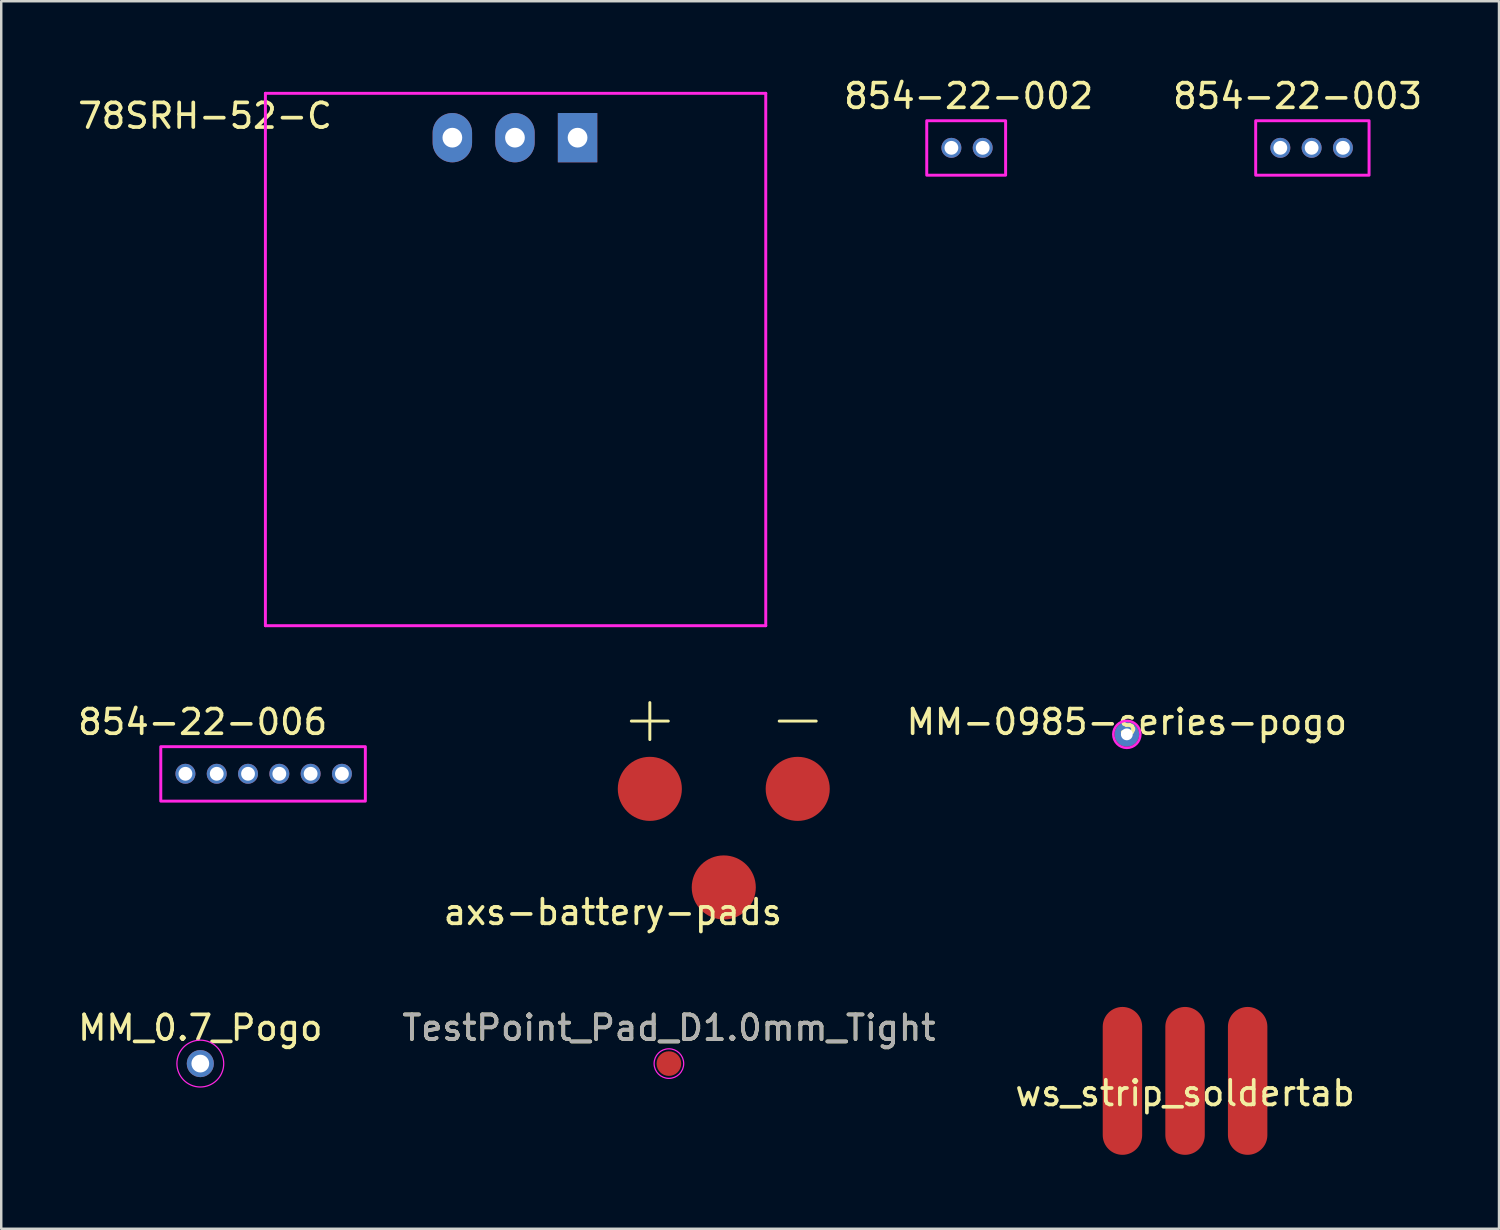
<source format=kicad_pcb>
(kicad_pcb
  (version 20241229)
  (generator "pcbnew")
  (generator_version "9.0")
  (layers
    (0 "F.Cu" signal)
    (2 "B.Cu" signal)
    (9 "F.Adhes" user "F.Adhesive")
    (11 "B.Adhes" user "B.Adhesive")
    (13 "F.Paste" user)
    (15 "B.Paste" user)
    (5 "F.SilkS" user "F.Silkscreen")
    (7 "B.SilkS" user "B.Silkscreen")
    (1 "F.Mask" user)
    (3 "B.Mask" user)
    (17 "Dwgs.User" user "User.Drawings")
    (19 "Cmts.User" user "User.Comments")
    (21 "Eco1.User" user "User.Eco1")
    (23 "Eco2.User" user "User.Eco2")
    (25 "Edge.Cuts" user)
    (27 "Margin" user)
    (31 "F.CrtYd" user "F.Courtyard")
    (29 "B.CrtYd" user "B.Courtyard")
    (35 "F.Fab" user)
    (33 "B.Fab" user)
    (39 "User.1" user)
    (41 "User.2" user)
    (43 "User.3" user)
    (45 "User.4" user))
  (footprint "axs-battery-pads"
    (layer "F.Cu")
    (at 26.315 32.956)
    (property "Reference" "axs-battery-pads" (at -4.5 1 0) (unlocked yes) (layer "F.SilkS") (effects (font (size 1 1) (thickness 0.15))))
    (attr smd)
    (fp_line (start -3.75 -6.75) (end -2.25 -6.75) (stroke (width 0.12) (type solid)) (layer "F.SilkS"))
    (fp_line (start -3 -7.5) (end -3 -6) (stroke (width 0.12) (type solid)) (layer "F.SilkS"))
    (fp_line (start 2.25 -6.75) (end 3.75 -6.75) (stroke (width 0.12) (type solid)) (layer "F.SilkS"))
    (pad "1" smd circle (at -3 -4) (size 2.6 2.6) (layers "F.Cu" "F.Mask"))
    (pad "2" smd circle (at 3 -4) (size 2.6 2.6) (layers "F.Cu" "F.Mask"))
    (pad "3" smd circle (at 0 0) (size 2.6 2.6) (layers "F.Cu" "F.Mask")))
  (footprint "854-22-002"
    (layer "F.Cu")
    (at 35.55 2.948)
    (property "Reference" "854-22-002" (at 0.7 -2.1 0) (unlocked yes) (layer "F.SilkS") (effects (font (size 1 1) (thickness 0.15))))
    (attr through_hole)
    (fp_rect (start -1 -1.1) (end 2.2 1.11) (stroke (width 0.12) (type solid)) (fill no) (layer "F.CrtYd"))
    (pad "1" thru_hole circle (at 0 0) (size 0.81 0.81) (drill 0.56) (layers "*.Cu" "*.Mask"))
    (pad "2" thru_hole circle (at 1.27 0) (size 0.81 0.81) (drill 0.56) (layers "*.Cu" "*.Mask")))
  (footprint "TestPoint_Pad_D1.0mm_Tight"
    (layer "F.Cu")
    (at 24.089 40.102)
    (property "Reference" "TestPoint_Pad_D1.0mm_Tight" (at 0 -1.448 0) (layer "F.SilkS") (effects (font (size 1 1) (thickness 0.15))))
    (attr exclude_from_pos_files exclude_from_bom)
    (fp_line (start -0.6 0) (end 0 0) (stroke (width 0.12) (type solid)) (layer "Eco2.User"))
    (fp_line (start 0 0) (end -0.6 0) (stroke (width 0.12) (type solid)) (layer "Eco2.User"))
    (fp_line (start 0 0) (end 0 -0.6) (stroke (width 0.12) (type solid)) (layer "Eco2.User"))
    (fp_line (start 0 0) (end 0 0.6) (stroke (width 0.12) (type solid)) (layer "Eco2.User"))
    (fp_line (start 0 0) (end 0.6 0) (stroke (width 0.12) (type solid)) (layer "Eco2.User"))
    (fp_circle (center 0 0) (end 0.6 0) (stroke (width 0.05) (type solid)) (fill no) (layer "F.CrtYd"))
    (fp_text user "${REFERENCE}" (at 1.8 0 0) (layer "Eco2.User") (effects (font (size 0.5 0.5) (thickness 0.08))))
    (fp_text user "${REFERENCE}" (at 0 -1.45 0) (layer "F.Fab") (effects (font (size 1 1) (thickness 0.15))))
    (pad "1" smd circle (at 0 0) (size 1 1) (layers "F.Cu" "F.Mask")))
  (footprint "854-22-006"
    (layer "F.Cu")
    (at 4.473 28.344)
    (property "Reference" "854-22-006" (at 0.7 -2.1 0) (unlocked yes) (layer "F.SilkS") (effects (font (size 1 1) (thickness 0.15))))
    (attr through_hole)
    (fp_rect (start -1 -1.1) (end 7.3 1.11) (stroke (width 0.12) (type solid)) (fill no) (layer "F.CrtYd"))
    (pad "1" thru_hole circle (at 0 0) (size 0.81 0.81) (drill 0.56) (layers "*.Cu" "*.Mask"))
    (pad "2" thru_hole circle (at 1.27 0) (size 0.81 0.81) (drill 0.56) (layers "*.Cu" "*.Mask"))
    (pad "3" thru_hole circle (at 2.54 0) (size 0.81 0.81) (drill 0.56) (layers "*.Cu" "*.Mask"))
    (pad "4" thru_hole circle (at 3.81 0) (size 0.81 0.81) (drill 0.56) (layers "*.Cu" "*.Mask"))
    (pad "5" thru_hole circle (at 5.08 0) (size 0.81 0.81) (drill 0.56) (layers "*.Cu" "*.Mask"))
    (pad "6" thru_hole circle (at 6.35 0) (size 0.81 0.81) (drill 0.56) (layers "*.Cu" "*.Mask")))
  (footprint "78SRH-52-C"
    (layer "F.Cu")
    (at 17.868 0.25)
    (property "Reference" "78SRH-52-C" (at -12.6 1.4 180) (layer "F.SilkS") (effects (font (size 1 1) (thickness 0.15))))
    (attr through_hole)
    (fp_line (start -10.15 0.486) (end -10.15 22.086) (stroke (width 0.12) (type solid)) (layer "F.CrtYd"))
    (fp_line (start -10.15 0.486) (end 10.15 0.486) (stroke (width 0.12) (type solid)) (layer "F.CrtYd"))
    (fp_line (start -10.15 22.086) (end 10.15 22.086) (stroke (width 0.12) (type solid)) (layer "F.CrtYd"))
    (fp_line (start 10.15 0.486) (end 10.15 22.086) (stroke (width 0.12) (type solid)) (layer "F.CrtYd"))
    (pad "1" thru_hole rect (at 2.515 2.286) (size 1.6 2) (drill 0.8) (layers "*.Cu" "*.Mask"))
    (pad "2" thru_hole oval (at -0.025 2.286) (size 1.6 2) (drill 0.8) (layers "*.Cu" "*.Mask"))
    (pad "3" thru_hole oval (at -2.565 2.286) (size 1.6 2) (drill 0.8) (layers "*.Cu" "*.Mask")))
  (footprint "854-22-003"
    (layer "F.Cu")
    (at 48.896 2.948)
    (property "Reference" "854-22-003" (at 0.7 -2.1 0) (unlocked yes) (layer "F.SilkS") (effects (font (size 1 1) (thickness 0.15))))
    (attr through_hole)
    (fp_rect (start -1 -1.1) (end 3.6 1.11) (stroke (width 0.12) (type solid)) (fill no) (layer "F.CrtYd"))
    (pad "1" thru_hole circle (at 0 0) (size 0.81 0.81) (drill 0.56) (layers "*.Cu" "*.Mask"))
    (pad "2" thru_hole circle (at 1.27 0) (size 0.81 0.81) (drill 0.56) (layers "*.Cu" "*.Mask"))
    (pad "3" thru_hole circle (at 2.54 0) (size 0.81 0.81) (drill 0.56) (layers "*.Cu" "*.Mask")))
  (footprint "ws_strip_soldertab"
    (layer "F.Cu")
    (at 45.03 40.804)
    (property "Reference" "ws_strip_soldertab" (at 0 0.5 0) (layer "F.SilkS") (effects (font (size 1 1) (thickness 0.15))))
    (attr through_hole)
    (pad "1" connect oval (at 2.54 0) (size 1.6 6) (layers "F.Cu" "F.Mask"))
    (pad "2" connect oval (at 0 0) (size 1.6 6) (layers "F.Cu" "F.Mask"))
    (pad "3" connect oval (at -2.54 0) (size 1.6 6) (layers "F.Cu" "F.Mask")))
  (footprint "MM-0985-series-pogo"
    (layer "F.Cu")
    (at 42.668 26.744)
    (property "Reference" "MM-0985-series-pogo" (at 0 -0.5 0) (unlocked yes) (layer "F.SilkS") (effects (font (size 1 1) (thickness 0.15))))
    (attr through_hole)
    (fp_circle (center 0 0) (end 0.55 0) (stroke (width 0.1) (type solid)) (fill no) (layer "F.CrtYd"))
    (pad "1" thru_hole circle (at 0 0) (size 1 1) (drill 0.48) (layers "*.Cu" "*.Mask")))
  (footprint "MM_0.7_Pogo"
    (layer "F.Cu")
    (at 5.077 40.102)
    (property "Reference" "MM_0.7_Pogo" (at 0 -1.45 0) (unlocked yes) (layer "F.SilkS") (effects (font (size 1 1) (thickness 0.15))))
    (attr smd)
    (fp_circle (center 0 0) (end 0.95 0) (stroke (width 0.05) (type solid)) (fill no) (layer "F.CrtYd"))
    (pad "1" thru_hole circle (at 0 0) (size 1.1 1.1) (drill 0.72) (layers "*.Cu" "*.Mask")))
  (gr_rect
    (start -3 -3)
    (end 57.768 46.804)
    (stroke (width 0.1) (type default))
    (fill no)
    (layer "Edge.Cuts")))
</source>
